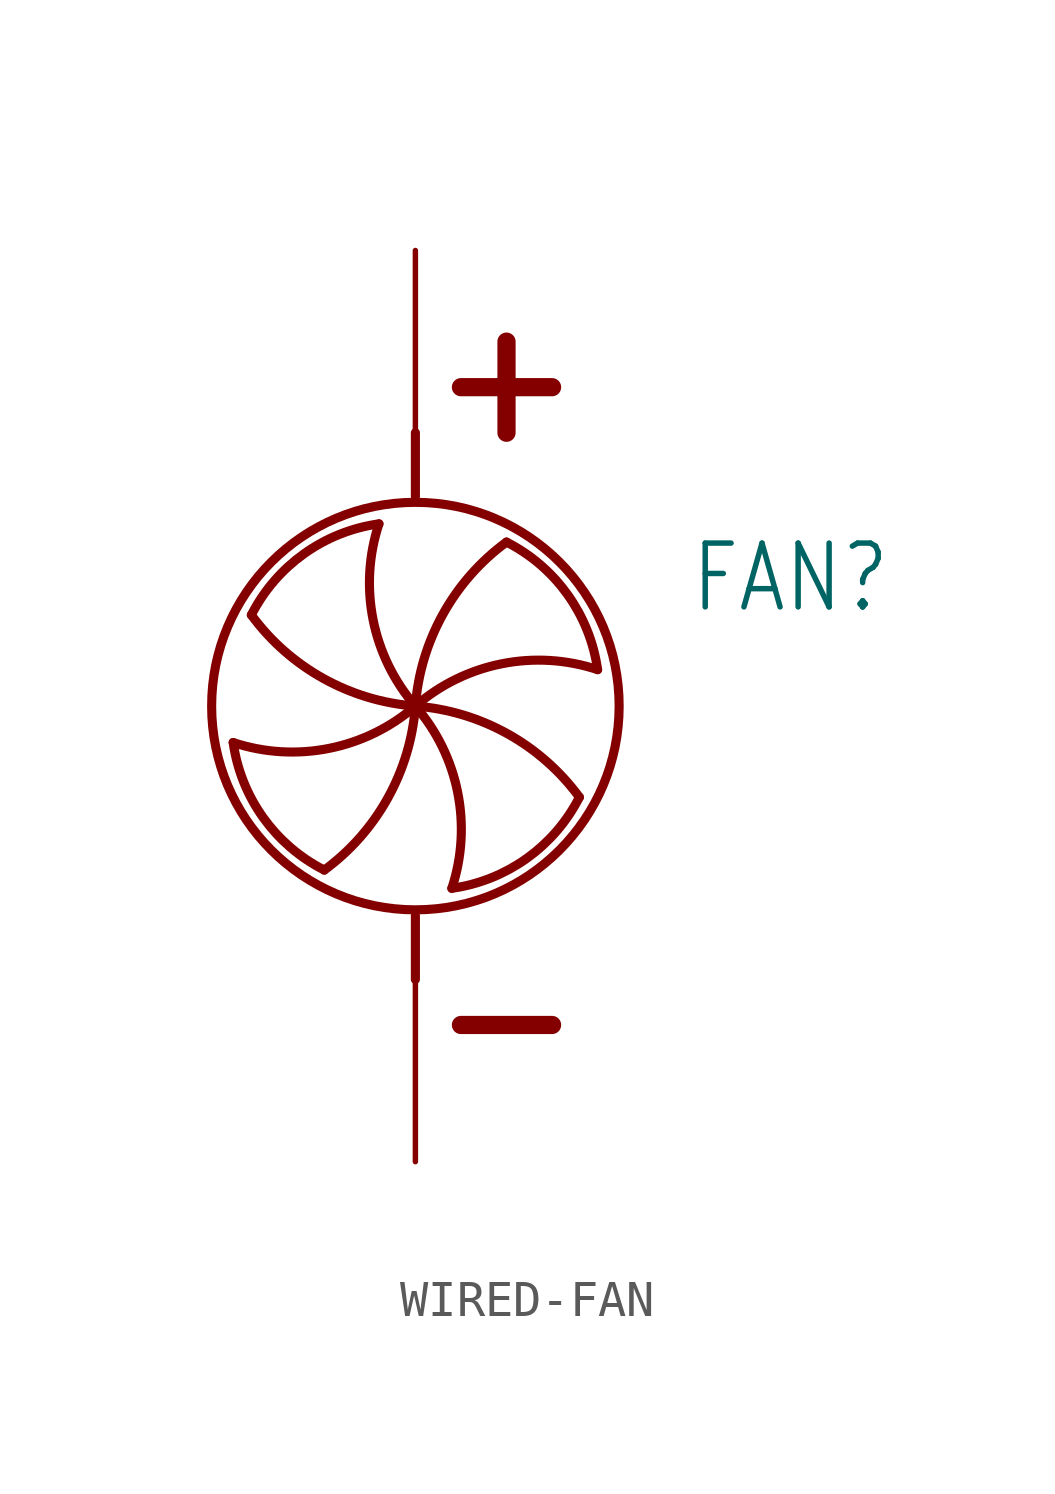
<source format=kicad_sym>
(kicad_symbol_lib
  (version 20231120)
  (generator "kicad_symbol_editor")
  (generator_version "8.0")
  (symbol "WIRED-FAN"
    (property "Reference" "FAN"
      (at 7.62 2.54 0)
      (effects (font (size 1.778 1.511)) (justify left bottom)))
    (property "Value" ""
      (at 7.62 0 0)
      (effects (font (size 1.778 1.511)) (justify left bottom)))
    (property "ki_locked" ""
      (at 0 0 0)
      (effects (font (size 1.27 1.27))))
    (symbol "WIRED-FAN_1_0"
      (arc (start -5.08 -1.016) (mid -4.2454 -3.1051) (end -2.5399 -4.572) (stroke (width 0.254) (type solid)) (fill (type none)))
      (arc (start -5.0799 -1.0159) (mid -2.4058 -1.1789) (end 0 0) (stroke (width 0.254) (type solid)) (fill (type none)))
      (arc (start -4.572 2.5399) (mid -2.564 0.7695) (end 0 0) (stroke (width 0.254) (type solid)) (fill (type none)))
      (arc (start -2.5399 -4.572) (mid -0.7695 -2.564) (end 0 0) (stroke (width 0.254) (type solid)) (fill (type none)))
      (arc (start -1.016 5.08) (mid -3.1051 4.2454) (end -4.572 2.5399) (stroke (width 0.254) (type solid)) (fill (type none)))
      (arc (start -1.0159 5.0799) (mid -1.1789 2.4058) (end 0 0) (stroke (width 0.254) (type solid)) (fill (type none)))
      (polyline (pts (xy 0 -5.842) (xy 0 -7.62)) (stroke (width 0.254) (type solid)) (fill (type none)))
      (polyline (pts (xy 0 5.842) (xy 0 7.62)) (stroke (width 0.254) (type solid)) (fill (type none)))
      (polyline (pts (xy 1.27 -8.89) (xy 3.81 -8.89)) (stroke (width 0.508) (type solid)) (fill (type none)))
      (polyline (pts (xy 1.27 8.89) (xy 3.81 8.89)) (stroke (width 0.508) (type solid)) (fill (type none)))
      (polyline (pts (xy 2.54 10.16) (xy 2.54 7.62)) (stroke (width 0.508) (type solid)) (fill (type none)))
      (circle (center 0 0) (radius 5.68) (stroke (width 0.254) (type solid)) (fill (type none)))
      (arc (start 1.0159 -5.0799) (mid 1.1789 -2.4058) (end 0 0) (stroke (width 0.254) (type solid)) (fill (type none)))
      (arc (start 1.016 -5.08) (mid 3.1051 -4.2454) (end 4.572 -2.5399) (stroke (width 0.254) (type solid)) (fill (type none)))
      (arc (start 2.5399 4.572) (mid 0.7695 2.564) (end 0 0) (stroke (width 0.254) (type solid)) (fill (type none)))
      (arc (start 4.572 -2.5399) (mid 2.564 -0.7695) (end 0 0) (stroke (width 0.254) (type solid)) (fill (type none)))
      (arc (start 5.0799 1.0159) (mid 2.4058 1.1789) (end 0 0) (stroke (width 0.254) (type solid)) (fill (type none)))
      (arc (start 5.08 1.016) (mid 4.2454 3.1051) (end 2.5399 4.572) (stroke (width 0.254) (type solid)) (fill (type none)))
      (pin bidirectional line (at 0 12.7 270) (length 5.08) (name "+" (effects (font (size 0 0)))) (number "1" (effects (font (size 0 0)))))
      (pin bidirectional line (at 0 -12.7 90) (length 5.08) (name "-" (effects (font (size 0 0)))) (number "2" (effects (font (size 0 0))))))))
</source>
